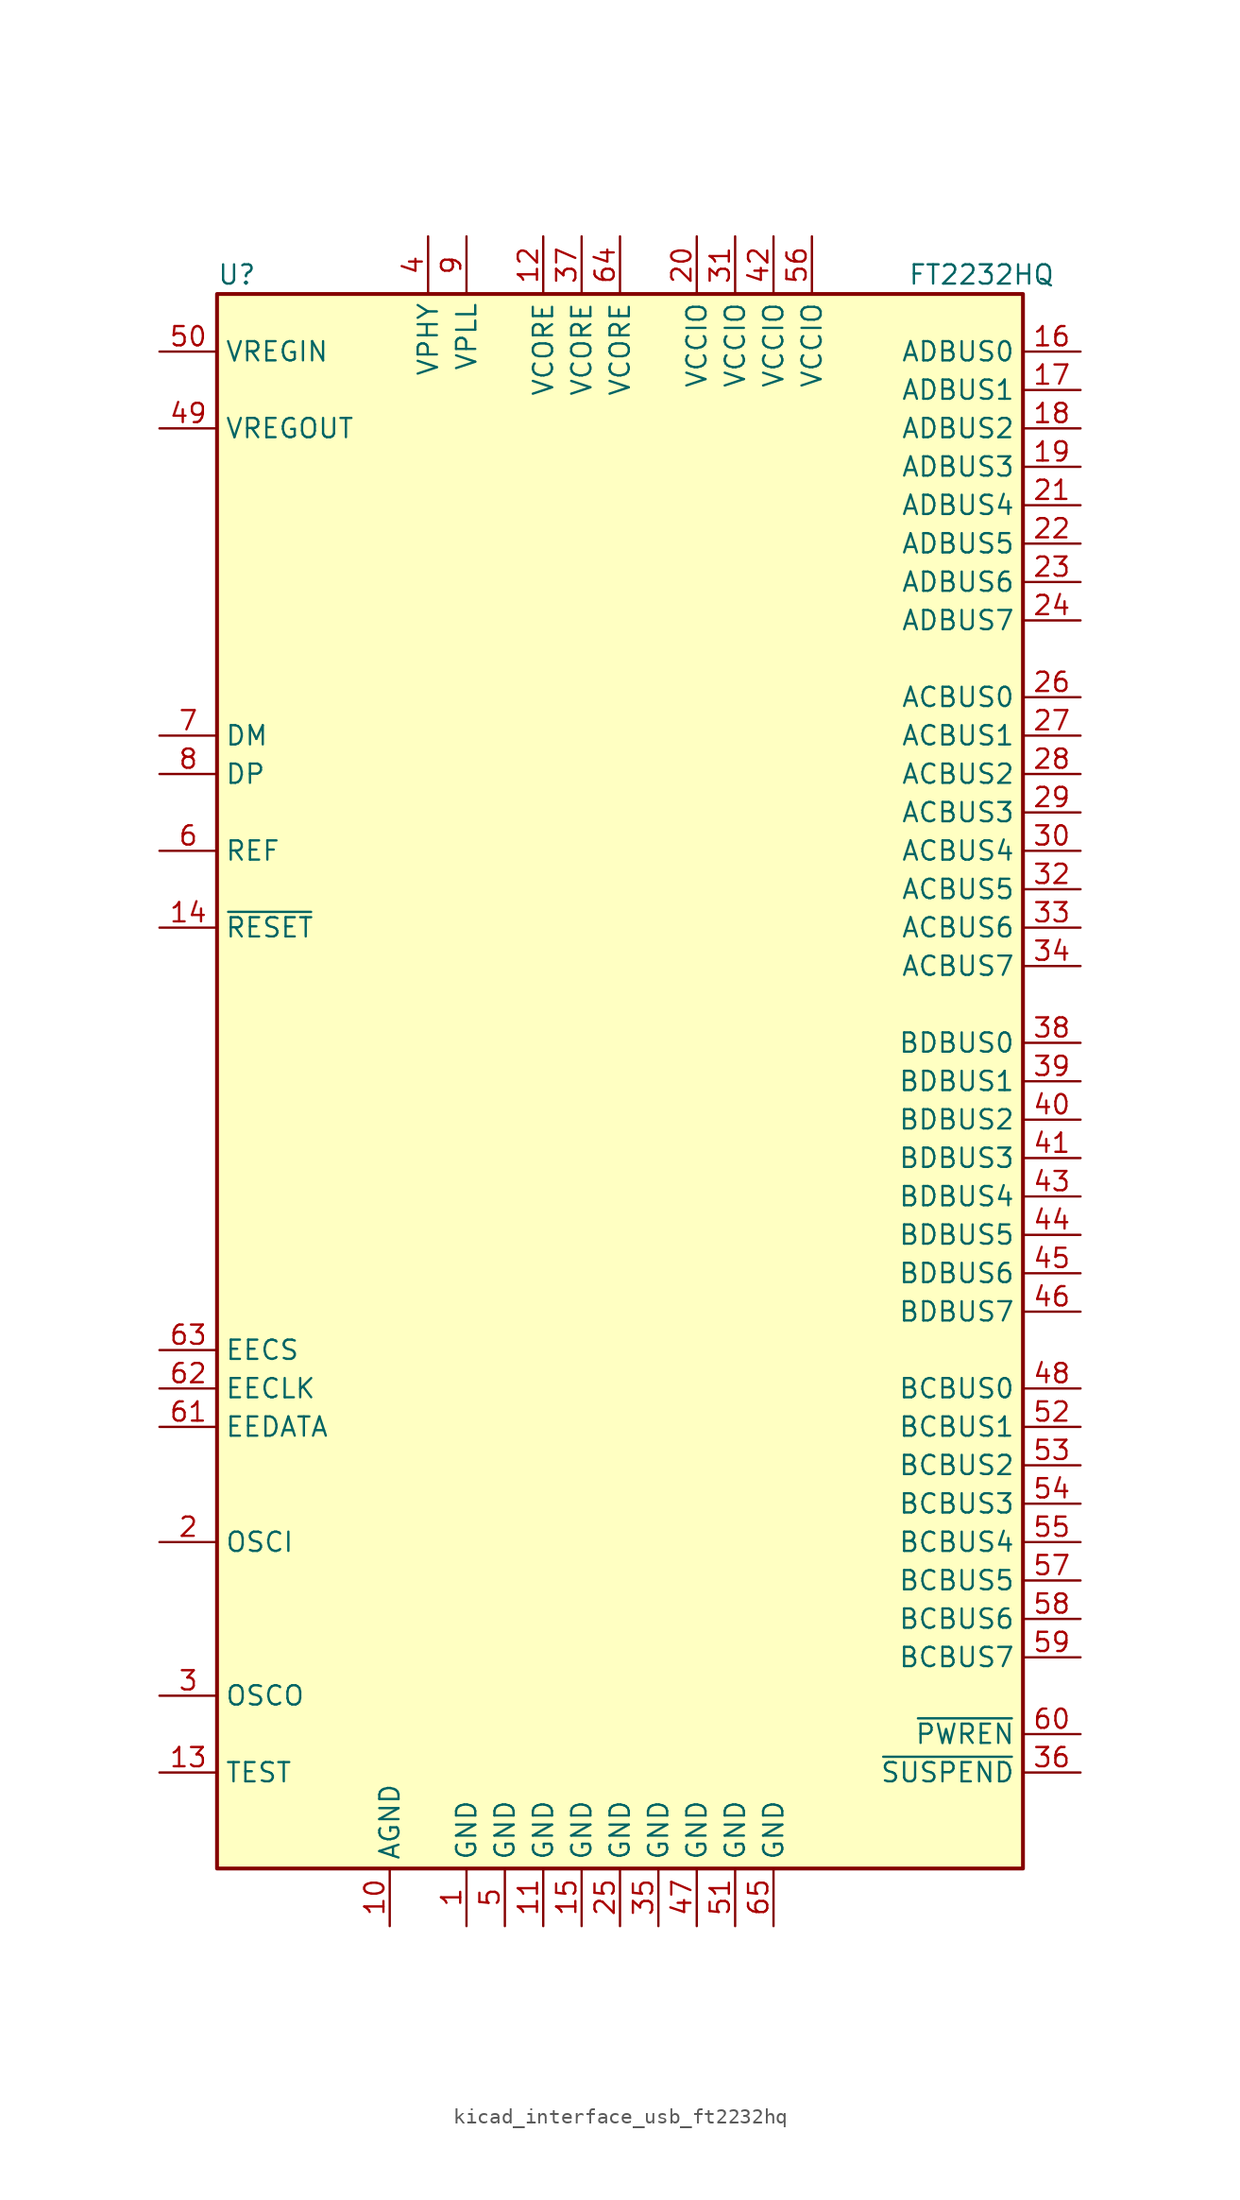
<source format=kicad_sym>
(kicad_symbol_lib
  (version 20220914)
  (generator kicad_symbol_editor)
  (symbol "kicad_interface_usb_ft2232hq"
    (property "Reference" "U"
      (at -26.67 53.34 0)
      (effects (font (size 1.27 1.27)) (justify left)))
    (property "Value" "FT2232HQ"
      (at 19.05 53.34 0)
      (effects (font (size 1.27 1.27)) (justify left)))
    (symbol "kicad_interface_usb_ft2232hq_0_1"
      (rectangle (start -26.67 -52.07) (end 26.67 52.07) (stroke (width 0.254) (type default)) (fill (type background))))
    (symbol "kicad_interface_usb_ft2232hq_1_1"
      (pin power_in line (at -10.16 -55.88 90) (length 3.81) (name "GND" (effects (font (size 1.27 1.27)))) (number "1" (effects (font (size 1.27 1.27)))))
      (pin power_in line (at -15.24 -55.88 90) (length 3.81) (name "AGND" (effects (font (size 1.27 1.27)))) (number "10" (effects (font (size 1.27 1.27)))))
      (pin power_in line (at -5.08 -55.88 90) (length 3.81) (name "GND" (effects (font (size 1.27 1.27)))) (number "11" (effects (font (size 1.27 1.27)))))
      (pin power_in line (at -5.08 55.88 270) (length 3.81) (name "VCORE" (effects (font (size 1.27 1.27)))) (number "12" (effects (font (size 1.27 1.27)))))
      (pin input line (at -30.48 -45.72 0) (length 3.81) (name "TEST" (effects (font (size 1.27 1.27)))) (number "13" (effects (font (size 1.27 1.27)))))
      (pin input line (at -30.48 10.16 0) (length 3.81) (name "~{RESET}" (effects (font (size 1.27 1.27)))) (number "14" (effects (font (size 1.27 1.27)))))
      (pin power_in line (at -2.54 -55.88 90) (length 3.81) (name "GND" (effects (font (size 1.27 1.27)))) (number "15" (effects (font (size 1.27 1.27)))))
      (pin bidirectional line (at 30.48 48.26 180) (length 3.81) (name "ADBUS0" (effects (font (size 1.27 1.27)))) (number "16" (effects (font (size 1.27 1.27)))))
      (pin bidirectional line (at 30.48 45.72 180) (length 3.81) (name "ADBUS1" (effects (font (size 1.27 1.27)))) (number "17" (effects (font (size 1.27 1.27)))))
      (pin bidirectional line (at 30.48 43.18 180) (length 3.81) (name "ADBUS2" (effects (font (size 1.27 1.27)))) (number "18" (effects (font (size 1.27 1.27)))))
      (pin bidirectional line (at 30.48 40.64 180) (length 3.81) (name "ADBUS3" (effects (font (size 1.27 1.27)))) (number "19" (effects (font (size 1.27 1.27)))))
      (pin input line (at -30.48 -30.48 0) (length 3.81) (name "OSCI" (effects (font (size 1.27 1.27)))) (number "2" (effects (font (size 1.27 1.27)))))
      (pin power_in line (at 5.08 55.88 270) (length 3.81) (name "VCCIO" (effects (font (size 1.27 1.27)))) (number "20" (effects (font (size 1.27 1.27)))))
      (pin bidirectional line (at 30.48 38.1 180) (length 3.81) (name "ADBUS4" (effects (font (size 1.27 1.27)))) (number "21" (effects (font (size 1.27 1.27)))))
      (pin bidirectional line (at 30.48 35.56 180) (length 3.81) (name "ADBUS5" (effects (font (size 1.27 1.27)))) (number "22" (effects (font (size 1.27 1.27)))))
      (pin bidirectional line (at 30.48 33.02 180) (length 3.81) (name "ADBUS6" (effects (font (size 1.27 1.27)))) (number "23" (effects (font (size 1.27 1.27)))))
      (pin bidirectional line (at 30.48 30.48 180) (length 3.81) (name "ADBUS7" (effects (font (size 1.27 1.27)))) (number "24" (effects (font (size 1.27 1.27)))))
      (pin power_in line (at 0 -55.88 90) (length 3.81) (name "GND" (effects (font (size 1.27 1.27)))) (number "25" (effects (font (size 1.27 1.27)))))
      (pin bidirectional line (at 30.48 25.4 180) (length 3.81) (name "ACBUS0" (effects (font (size 1.27 1.27)))) (number "26" (effects (font (size 1.27 1.27)))))
      (pin bidirectional line (at 30.48 22.86 180) (length 3.81) (name "ACBUS1" (effects (font (size 1.27 1.27)))) (number "27" (effects (font (size 1.27 1.27)))))
      (pin bidirectional line (at 30.48 20.32 180) (length 3.81) (name "ACBUS2" (effects (font (size 1.27 1.27)))) (number "28" (effects (font (size 1.27 1.27)))))
      (pin bidirectional line (at 30.48 17.78 180) (length 3.81) (name "ACBUS3" (effects (font (size 1.27 1.27)))) (number "29" (effects (font (size 1.27 1.27)))))
      (pin output line (at -30.48 -40.64 0) (length 3.81) (name "OSCO" (effects (font (size 1.27 1.27)))) (number "3" (effects (font (size 1.27 1.27)))))
      (pin bidirectional line (at 30.48 15.24 180) (length 3.81) (name "ACBUS4" (effects (font (size 1.27 1.27)))) (number "30" (effects (font (size 1.27 1.27)))))
      (pin power_in line (at 7.62 55.88 270) (length 3.81) (name "VCCIO" (effects (font (size 1.27 1.27)))) (number "31" (effects (font (size 1.27 1.27)))))
      (pin bidirectional line (at 30.48 12.7 180) (length 3.81) (name "ACBUS5" (effects (font (size 1.27 1.27)))) (number "32" (effects (font (size 1.27 1.27)))))
      (pin bidirectional line (at 30.48 10.16 180) (length 3.81) (name "ACBUS6" (effects (font (size 1.27 1.27)))) (number "33" (effects (font (size 1.27 1.27)))))
      (pin bidirectional line (at 30.48 7.62 180) (length 3.81) (name "ACBUS7" (effects (font (size 1.27 1.27)))) (number "34" (effects (font (size 1.27 1.27)))))
      (pin power_in line (at 2.54 -55.88 90) (length 3.81) (name "GND" (effects (font (size 1.27 1.27)))) (number "35" (effects (font (size 1.27 1.27)))))
      (pin output line (at 30.48 -45.72 180) (length 3.81) (name "~{SUSPEND}" (effects (font (size 1.27 1.27)))) (number "36" (effects (font (size 1.27 1.27)))))
      (pin power_in line (at -2.54 55.88 270) (length 3.81) (name "VCORE" (effects (font (size 1.27 1.27)))) (number "37" (effects (font (size 1.27 1.27)))))
      (pin bidirectional line (at 30.48 2.54 180) (length 3.81) (name "BDBUS0" (effects (font (size 1.27 1.27)))) (number "38" (effects (font (size 1.27 1.27)))))
      (pin bidirectional line (at 30.48 0 180) (length 3.81) (name "BDBUS1" (effects (font (size 1.27 1.27)))) (number "39" (effects (font (size 1.27 1.27)))))
      (pin power_in line (at -12.7 55.88 270) (length 3.81) (name "VPHY" (effects (font (size 1.27 1.27)))) (number "4" (effects (font (size 1.27 1.27)))))
      (pin bidirectional line (at 30.48 -2.54 180) (length 3.81) (name "BDBUS2" (effects (font (size 1.27 1.27)))) (number "40" (effects (font (size 1.27 1.27)))))
      (pin bidirectional line (at 30.48 -5.08 180) (length 3.81) (name "BDBUS3" (effects (font (size 1.27 1.27)))) (number "41" (effects (font (size 1.27 1.27)))))
      (pin power_in line (at 10.16 55.88 270) (length 3.81) (name "VCCIO" (effects (font (size 1.27 1.27)))) (number "42" (effects (font (size 1.27 1.27)))))
      (pin bidirectional line (at 30.48 -7.62 180) (length 3.81) (name "BDBUS4" (effects (font (size 1.27 1.27)))) (number "43" (effects (font (size 1.27 1.27)))))
      (pin bidirectional line (at 30.48 -10.16 180) (length 3.81) (name "BDBUS5" (effects (font (size 1.27 1.27)))) (number "44" (effects (font (size 1.27 1.27)))))
      (pin bidirectional line (at 30.48 -12.7 180) (length 3.81) (name "BDBUS6" (effects (font (size 1.27 1.27)))) (number "45" (effects (font (size 1.27 1.27)))))
      (pin bidirectional line (at 30.48 -15.24 180) (length 3.81) (name "BDBUS7" (effects (font (size 1.27 1.27)))) (number "46" (effects (font (size 1.27 1.27)))))
      (pin power_in line (at 5.08 -55.88 90) (length 3.81) (name "GND" (effects (font (size 1.27 1.27)))) (number "47" (effects (font (size 1.27 1.27)))))
      (pin bidirectional line (at 30.48 -20.32 180) (length 3.81) (name "BCBUS0" (effects (font (size 1.27 1.27)))) (number "48" (effects (font (size 1.27 1.27)))))
      (pin power_out line (at -30.48 43.18 0) (length 3.81) (name "VREGOUT" (effects (font (size 1.27 1.27)))) (number "49" (effects (font (size 1.27 1.27)))))
      (pin power_in line (at -7.62 -55.88 90) (length 3.81) (name "GND" (effects (font (size 1.27 1.27)))) (number "5" (effects (font (size 1.27 1.27)))))
      (pin power_in line (at -30.48 48.26 0) (length 3.81) (name "VREGIN" (effects (font (size 1.27 1.27)))) (number "50" (effects (font (size 1.27 1.27)))))
      (pin power_in line (at 7.62 -55.88 90) (length 3.81) (name "GND" (effects (font (size 1.27 1.27)))) (number "51" (effects (font (size 1.27 1.27)))))
      (pin bidirectional line (at 30.48 -22.86 180) (length 3.81) (name "BCBUS1" (effects (font (size 1.27 1.27)))) (number "52" (effects (font (size 1.27 1.27)))))
      (pin bidirectional line (at 30.48 -25.4 180) (length 3.81) (name "BCBUS2" (effects (font (size 1.27 1.27)))) (number "53" (effects (font (size 1.27 1.27)))))
      (pin bidirectional line (at 30.48 -27.94 180) (length 3.81) (name "BCBUS3" (effects (font (size 1.27 1.27)))) (number "54" (effects (font (size 1.27 1.27)))))
      (pin bidirectional line (at 30.48 -30.48 180) (length 3.81) (name "BCBUS4" (effects (font (size 1.27 1.27)))) (number "55" (effects (font (size 1.27 1.27)))))
      (pin power_in line (at 12.7 55.88 270) (length 3.81) (name "VCCIO" (effects (font (size 1.27 1.27)))) (number "56" (effects (font (size 1.27 1.27)))))
      (pin bidirectional line (at 30.48 -33.02 180) (length 3.81) (name "BCBUS5" (effects (font (size 1.27 1.27)))) (number "57" (effects (font (size 1.27 1.27)))))
      (pin bidirectional line (at 30.48 -35.56 180) (length 3.81) (name "BCBUS6" (effects (font (size 1.27 1.27)))) (number "58" (effects (font (size 1.27 1.27)))))
      (pin bidirectional line (at 30.48 -38.1 180) (length 3.81) (name "BCBUS7" (effects (font (size 1.27 1.27)))) (number "59" (effects (font (size 1.27 1.27)))))
      (pin output line (at -30.48 15.24 0) (length 3.81) (name "REF" (effects (font (size 1.27 1.27)))) (number "6" (effects (font (size 1.27 1.27)))))
      (pin output line (at 30.48 -43.18 180) (length 3.81) (name "~{PWREN}" (effects (font (size 1.27 1.27)))) (number "60" (effects (font (size 1.27 1.27)))))
      (pin bidirectional line (at -30.48 -22.86 0) (length 3.81) (name "EEDATA" (effects (font (size 1.27 1.27)))) (number "61" (effects (font (size 1.27 1.27)))))
      (pin output line (at -30.48 -20.32 0) (length 3.81) (name "EECLK" (effects (font (size 1.27 1.27)))) (number "62" (effects (font (size 1.27 1.27)))))
      (pin output line (at -30.48 -17.78 0) (length 3.81) (name "EECS" (effects (font (size 1.27 1.27)))) (number "63" (effects (font (size 1.27 1.27)))))
      (pin power_in line (at 0 55.88 270) (length 3.81) (name "VCORE" (effects (font (size 1.27 1.27)))) (number "64" (effects (font (size 1.27 1.27)))))
      (pin power_in line (at 10.16 -55.88 90) (length 3.81) (name "GND" (effects (font (size 1.27 1.27)))) (number "65" (effects (font (size 1.27 1.27)))))
      (pin bidirectional line (at -30.48 22.86 0) (length 3.81) (name "DM" (effects (font (size 1.27 1.27)))) (number "7" (effects (font (size 1.27 1.27)))))
      (pin bidirectional line (at -30.48 20.32 0) (length 3.81) (name "DP" (effects (font (size 1.27 1.27)))) (number "8" (effects (font (size 1.27 1.27)))))
      (pin input line (at -10.16 55.88 270) (length 3.81) (name "VPLL" (effects (font (size 1.27 1.27)))) (number "9" (effects (font (size 1.27 1.27))))))))
</source>
